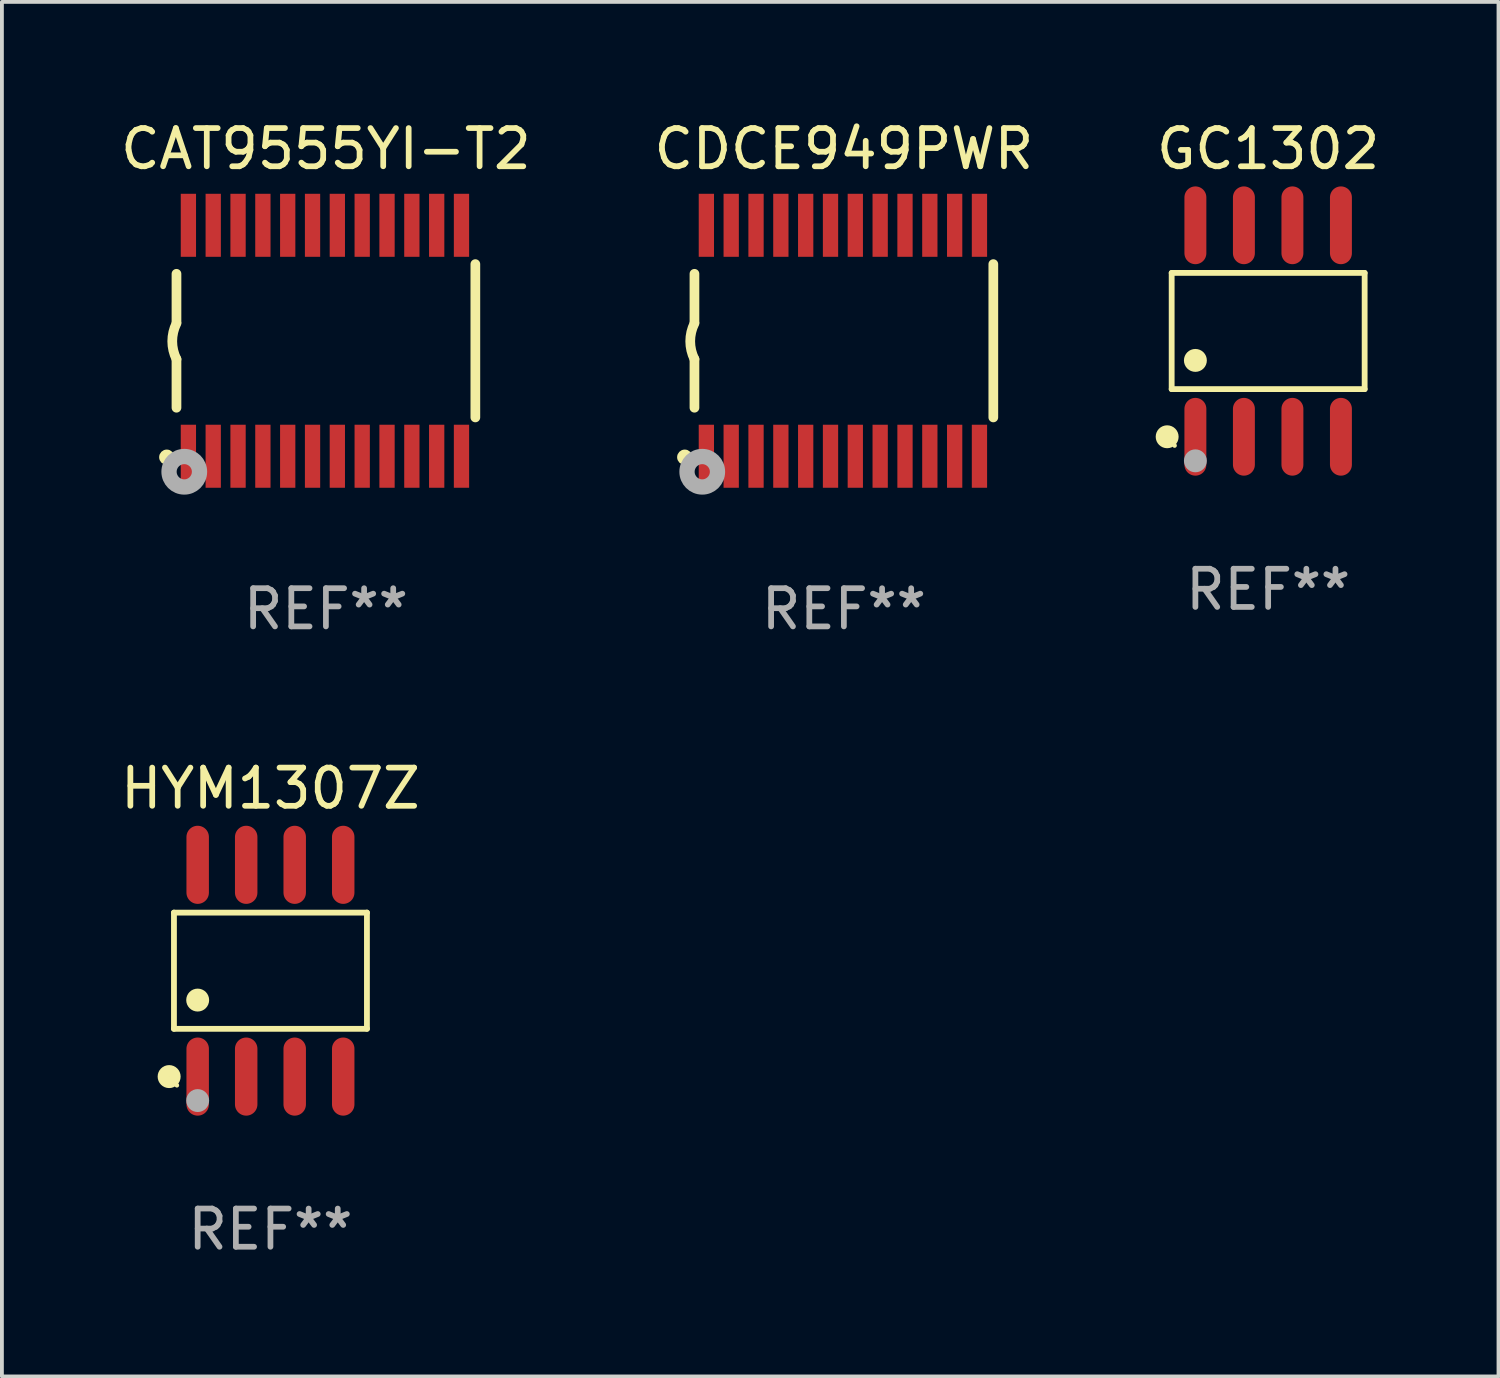
<source format=kicad_pcb>
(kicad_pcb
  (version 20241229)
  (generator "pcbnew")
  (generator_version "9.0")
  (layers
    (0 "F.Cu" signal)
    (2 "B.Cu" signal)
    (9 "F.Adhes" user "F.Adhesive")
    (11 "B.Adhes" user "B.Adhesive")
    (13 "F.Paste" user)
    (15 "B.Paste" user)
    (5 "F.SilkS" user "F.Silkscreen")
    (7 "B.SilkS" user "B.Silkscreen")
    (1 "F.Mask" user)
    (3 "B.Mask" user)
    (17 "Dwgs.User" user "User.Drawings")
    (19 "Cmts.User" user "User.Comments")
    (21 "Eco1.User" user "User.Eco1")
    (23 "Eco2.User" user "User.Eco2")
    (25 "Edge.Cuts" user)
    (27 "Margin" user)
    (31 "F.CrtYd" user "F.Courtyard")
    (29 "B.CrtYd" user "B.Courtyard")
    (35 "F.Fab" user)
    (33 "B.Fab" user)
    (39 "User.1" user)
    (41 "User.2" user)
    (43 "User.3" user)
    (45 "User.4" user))
  (footprint "CAT9555YI-T2"
    (layer "F.Cu")
    (at 5.482 5.871)
    (property "Reference" "CAT9555YI-T2" (at 0 -5.023 0) (layer "F.SilkS") (effects (font (size 1 1) (thickness 0.15))))
    (attr through_hole)
    (fp_line (start -3.912 -0.483) (end -3.912 -1.753) (stroke (width 0.254) (type solid)) (layer "F.SilkS"))
    (fp_line (start -3.912 1.753) (end -3.912 0.483) (stroke (width 0.254) (type solid)) (layer "F.SilkS"))
    (fp_line (start 3.912 -2.007) (end 3.912 2.007) (stroke (width 0.254) (type solid)) (layer "F.SilkS"))
    (fp_arc (start -3.911608 0.482601) (mid -4.022537 0.0127) (end -3.911608 -0.457201) (stroke (width 0.254001) (type solid)) (layer "F.SilkS"))
    (fp_circle (center -4.166 3.048) (end -4.066 3.048) (stroke (width 0.2) (type solid)) (fill no) (layer "F.SilkS"))
    (fp_circle (center -3.925 3.186) (end -3.895 3.186) (stroke (width 0.06) (type solid)) (fill no) (layer "F.SilkS"))
    (fp_circle (center -3.708 3.429) (end -3.509 3.429) (stroke (width 0.4) (type solid)) (fill no) (layer "F.Fab"))
    (fp_text user "REF**" (at 0 7.023 0) (layer "F.Fab") (effects (font (size 1 1) (thickness 0.15))))
    (pad "1" smd rect (at -3.6 3.023) (size 0.4 1.65) (layers "F.Cu" "F.Mask" "F.Paste"))
    (pad "2" smd rect (at -2.95 3.023) (size 0.4 1.65) (layers "F.Cu" "F.Mask" "F.Paste"))
    (pad "3" smd rect (at -2.3 3.023) (size 0.4 1.65) (layers "F.Cu" "F.Mask" "F.Paste"))
    (pad "4" smd rect (at -1.65 3.023) (size 0.4 1.65) (layers "F.Cu" "F.Mask" "F.Paste"))
    (pad "5" smd rect (at -1 3.023) (size 0.4 1.65) (layers "F.Cu" "F.Mask" "F.Paste"))
    (pad "6" smd rect (at -0.35 3.023) (size 0.4 1.65) (layers "F.Cu" "F.Mask" "F.Paste"))
    (pad "7" smd rect (at 0.299 3.023) (size 0.4 1.65) (layers "F.Cu" "F.Mask" "F.Paste"))
    (pad "8" smd rect (at 0.95 3.023) (size 0.4 1.65) (layers "F.Cu" "F.Mask" "F.Paste"))
    (pad "9" smd rect (at 1.6 3.023) (size 0.4 1.65) (layers "F.Cu" "F.Mask" "F.Paste"))
    (pad "10" smd rect (at 2.25 3.023) (size 0.4 1.65) (layers "F.Cu" "F.Mask" "F.Paste"))
    (pad "11" smd rect (at 2.9 3.023) (size 0.4 1.65) (layers "F.Cu" "F.Mask" "F.Paste"))
    (pad "12" smd rect (at 3.549 3.023) (size 0.4 1.65) (layers "F.Cu" "F.Mask" "F.Paste"))
    (pad "13" smd rect (at 3.549 -3.023) (size 0.4 1.65) (layers "F.Cu" "F.Mask" "F.Paste"))
    (pad "14" smd rect (at 2.9 -3.023) (size 0.4 1.65) (layers "F.Cu" "F.Mask" "F.Paste"))
    (pad "15" smd rect (at 2.25 -3.023) (size 0.4 1.65) (layers "F.Cu" "F.Mask" "F.Paste"))
    (pad "16" smd rect (at 1.6 -3.023) (size 0.4 1.65) (layers "F.Cu" "F.Mask" "F.Paste"))
    (pad "17" smd rect (at 0.95 -3.023) (size 0.4 1.65) (layers "F.Cu" "F.Mask" "F.Paste"))
    (pad "18" smd rect (at 0.299 -3.023) (size 0.4 1.65) (layers "F.Cu" "F.Mask" "F.Paste"))
    (pad "19" smd rect (at -0.35 -3.023) (size 0.4 1.65) (layers "F.Cu" "F.Mask" "F.Paste"))
    (pad "20" smd rect (at -1 -3.023) (size 0.4 1.65) (layers "F.Cu" "F.Mask" "F.Paste"))
    (pad "21" smd rect (at -1.65 -3.023) (size 0.4 1.65) (layers "F.Cu" "F.Mask" "F.Paste"))
    (pad "22" smd rect (at -2.3 -3.023) (size 0.4 1.65) (layers "F.Cu" "F.Mask" "F.Paste"))
    (pad "23" smd rect (at -2.95 -3.023) (size 0.4 1.65) (layers "F.Cu" "F.Mask" "F.Paste"))
    (pad "24" smd rect (at -3.6 -3.023) (size 0.4 1.65) (layers "F.Cu" "F.Mask" "F.Paste")))
  (footprint "CDCE949PWR"
    (layer "F.Cu")
    (at 19.042 5.871)
    (property "Reference" "CDCE949PWR" (at 0 -5.023 0) (layer "F.SilkS") (effects (font (size 1 1) (thickness 0.15))))
    (attr through_hole)
    (fp_line (start -3.912 -0.483) (end -3.912 -1.753) (stroke (width 0.254) (type solid)) (layer "F.SilkS"))
    (fp_line (start -3.912 1.753) (end -3.912 0.483) (stroke (width 0.254) (type solid)) (layer "F.SilkS"))
    (fp_line (start 3.912 -2.007) (end 3.912 2.007) (stroke (width 0.254) (type solid)) (layer "F.SilkS"))
    (fp_arc (start -3.911608 0.482601) (mid -4.022537 0.0127) (end -3.911608 -0.457201) (stroke (width 0.254001) (type solid)) (layer "F.SilkS"))
    (fp_circle (center -4.166 3.048) (end -4.066 3.048) (stroke (width 0.2) (type solid)) (fill no) (layer "F.SilkS"))
    (fp_circle (center -3.925 3.186) (end -3.895 3.186) (stroke (width 0.06) (type solid)) (fill no) (layer "F.SilkS"))
    (fp_circle (center -3.708 3.429) (end -3.509 3.429) (stroke (width 0.4) (type solid)) (fill no) (layer "F.Fab"))
    (fp_text user "REF**" (at 0 7.023 0) (layer "F.Fab") (effects (font (size 1 1) (thickness 0.15))))
    (pad "1" smd rect (at -3.6 3.023) (size 0.4 1.65) (layers "F.Cu" "F.Mask" "F.Paste"))
    (pad "2" smd rect (at -2.95 3.023) (size 0.4 1.65) (layers "F.Cu" "F.Mask" "F.Paste"))
    (pad "3" smd rect (at -2.3 3.023) (size 0.4 1.65) (layers "F.Cu" "F.Mask" "F.Paste"))
    (pad "4" smd rect (at -1.65 3.023) (size 0.4 1.65) (layers "F.Cu" "F.Mask" "F.Paste"))
    (pad "5" smd rect (at -1 3.023) (size 0.4 1.65) (layers "F.Cu" "F.Mask" "F.Paste"))
    (pad "6" smd rect (at -0.35 3.023) (size 0.4 1.65) (layers "F.Cu" "F.Mask" "F.Paste"))
    (pad "7" smd rect (at 0.299 3.023) (size 0.4 1.65) (layers "F.Cu" "F.Mask" "F.Paste"))
    (pad "8" smd rect (at 0.95 3.023) (size 0.4 1.65) (layers "F.Cu" "F.Mask" "F.Paste"))
    (pad "9" smd rect (at 1.6 3.023) (size 0.4 1.65) (layers "F.Cu" "F.Mask" "F.Paste"))
    (pad "10" smd rect (at 2.25 3.023) (size 0.4 1.65) (layers "F.Cu" "F.Mask" "F.Paste"))
    (pad "11" smd rect (at 2.9 3.023) (size 0.4 1.65) (layers "F.Cu" "F.Mask" "F.Paste"))
    (pad "12" smd rect (at 3.549 3.023) (size 0.4 1.65) (layers "F.Cu" "F.Mask" "F.Paste"))
    (pad "13" smd rect (at 3.549 -3.023) (size 0.4 1.65) (layers "F.Cu" "F.Mask" "F.Paste"))
    (pad "14" smd rect (at 2.9 -3.023) (size 0.4 1.65) (layers "F.Cu" "F.Mask" "F.Paste"))
    (pad "15" smd rect (at 2.25 -3.023) (size 0.4 1.65) (layers "F.Cu" "F.Mask" "F.Paste"))
    (pad "16" smd rect (at 1.6 -3.023) (size 0.4 1.65) (layers "F.Cu" "F.Mask" "F.Paste"))
    (pad "17" smd rect (at 0.95 -3.023) (size 0.4 1.65) (layers "F.Cu" "F.Mask" "F.Paste"))
    (pad "18" smd rect (at 0.299 -3.023) (size 0.4 1.65) (layers "F.Cu" "F.Mask" "F.Paste"))
    (pad "19" smd rect (at -0.35 -3.023) (size 0.4 1.65) (layers "F.Cu" "F.Mask" "F.Paste"))
    (pad "20" smd rect (at -1 -3.023) (size 0.4 1.65) (layers "F.Cu" "F.Mask" "F.Paste"))
    (pad "21" smd rect (at -1.65 -3.023) (size 0.4 1.65) (layers "F.Cu" "F.Mask" "F.Paste"))
    (pad "22" smd rect (at -2.3 -3.023) (size 0.4 1.65) (layers "F.Cu" "F.Mask" "F.Paste"))
    (pad "23" smd rect (at -2.95 -3.023) (size 0.4 1.65) (layers "F.Cu" "F.Mask" "F.Paste"))
    (pad "24" smd rect (at -3.6 -3.023) (size 0.4 1.65) (layers "F.Cu" "F.Mask" "F.Paste")))
  (footprint "GC1302"
    (layer "F.Cu")
    (at 30.149 5.616)
    (property "Reference" "GC1302" (at 0 -4.768 0) (layer "F.SilkS") (effects (font (size 1 1) (thickness 0.15))))
    (attr through_hole)
    (fp_line (start -2.526 -1.521) (end 2.526 -1.521) (stroke (width 0.152) (type solid)) (layer "F.SilkS"))
    (fp_line (start -2.526 1.521) (end -2.526 -1.521) (stroke (width 0.152) (type solid)) (layer "F.SilkS"))
    (fp_line (start 2.526 -1.521) (end 2.526 1.521) (stroke (width 0.152) (type solid)) (layer "F.SilkS"))
    (fp_line (start 2.526 1.521) (end -2.526 1.521) (stroke (width 0.152) (type solid)) (layer "F.SilkS"))
    (fp_circle (center -2.644 2.768) (end -2.494 2.768) (stroke (width 0.3) (type solid)) (fill no) (layer "F.SilkS"))
    (fp_circle (center -2.45 2.998) (end -2.42 2.998) (stroke (width 0.06) (type solid)) (fill no) (layer "F.SilkS"))
    (fp_circle (center -1.905 0.769) (end -1.755 0.769) (stroke (width 0.3) (type solid)) (fill no) (layer "F.SilkS"))
    (fp_circle (center -1.905 3.398) (end -1.755 3.398) (stroke (width 0.3) (type solid)) (fill no) (layer "F.Fab"))
    (fp_text user "REF**" (at 0 6.768 0) (layer "F.Fab") (effects (font (size 1 1) (thickness 0.15))))
    (pad "1" smd oval (at -1.905 2.768) (size 0.574 2.036) (layers "F.Cu" "F.Mask" "F.Paste"))
    (pad "2" smd oval (at -0.635 2.768) (size 0.574 2.036) (layers "F.Cu" "F.Mask" "F.Paste"))
    (pad "3" smd oval (at 0.635 2.768) (size 0.574 2.036) (layers "F.Cu" "F.Mask" "F.Paste"))
    (pad "4" smd oval (at 1.905 2.768) (size 0.574 2.036) (layers "F.Cu" "F.Mask" "F.Paste"))
    (pad "5" smd oval (at 1.905 -2.768) (size 0.574 2.036) (layers "F.Cu" "F.Mask" "F.Paste"))
    (pad "6" smd oval (at 0.635 -2.768) (size 0.574 2.036) (layers "F.Cu" "F.Mask" "F.Paste"))
    (pad "7" smd oval (at -0.635 -2.768) (size 0.574 2.036) (layers "F.Cu" "F.Mask" "F.Paste"))
    (pad "8" smd oval (at -1.905 -2.768) (size 0.574 2.036) (layers "F.Cu" "F.Mask" "F.Paste")))
  (footprint "HYM1307Z"
    (layer "F.Cu")
    (at 4.03 22.362)
    (property "Reference" "HYM1307Z" (at 0 -4.772 0) (layer "F.SilkS") (effects (font (size 1 1) (thickness 0.15))))
    (attr through_hole)
    (fp_line (start -2.526 -1.521) (end 2.526 -1.521) (stroke (width 0.152) (type solid)) (layer "F.SilkS"))
    (fp_line (start -2.526 1.521) (end -2.526 -1.521) (stroke (width 0.152) (type solid)) (layer "F.SilkS"))
    (fp_line (start 2.526 -1.521) (end 2.526 1.521) (stroke (width 0.152) (type solid)) (layer "F.SilkS"))
    (fp_line (start 2.526 1.521) (end -2.526 1.521) (stroke (width 0.152) (type solid)) (layer "F.SilkS"))
    (fp_circle (center -2.652 2.772) (end -2.501 2.772) (stroke (width 0.3) (type solid)) (fill no) (layer "F.SilkS"))
    (fp_circle (center -2.45 3) (end -2.42 3) (stroke (width 0.06) (type solid)) (fill no) (layer "F.SilkS"))
    (fp_circle (center -1.905 0.769) (end -1.755 0.769) (stroke (width 0.3) (type solid)) (fill no) (layer "F.SilkS"))
    (fp_circle (center -1.905 3.4) (end -1.755 3.4) (stroke (width 0.3) (type solid)) (fill no) (layer "F.Fab"))
    (fp_text user "REF**" (at 0 6.772 0) (layer "F.Fab") (effects (font (size 1 1) (thickness 0.15))))
    (pad "1" smd oval (at -1.905 2.772) (size 0.588 2.045) (layers "F.Cu" "F.Mask" "F.Paste"))
    (pad "2" smd oval (at -0.635 2.772) (size 0.588 2.045) (layers "F.Cu" "F.Mask" "F.Paste"))
    (pad "3" smd oval (at 0.635 2.772) (size 0.588 2.045) (layers "F.Cu" "F.Mask" "F.Paste"))
    (pad "4" smd oval (at 1.905 2.772) (size 0.588 2.045) (layers "F.Cu" "F.Mask" "F.Paste"))
    (pad "5" smd oval (at 1.905 -2.772) (size 0.588 2.045) (layers "F.Cu" "F.Mask" "F.Paste"))
    (pad "6" smd oval (at 0.635 -2.772) (size 0.588 2.045) (layers "F.Cu" "F.Mask" "F.Paste"))
    (pad "7" smd oval (at -0.635 -2.772) (size 0.588 2.045) (layers "F.Cu" "F.Mask" "F.Paste"))
    (pad "8" smd oval (at -1.905 -2.772) (size 0.588 2.045) (layers "F.Cu" "F.Mask" "F.Paste")))
  (gr_rect
    (start -3 -3)
    (end 36.179 32.983)
    (stroke (width 0.1) (type default))
    (fill no)
    (layer "Edge.Cuts")))
</source>
